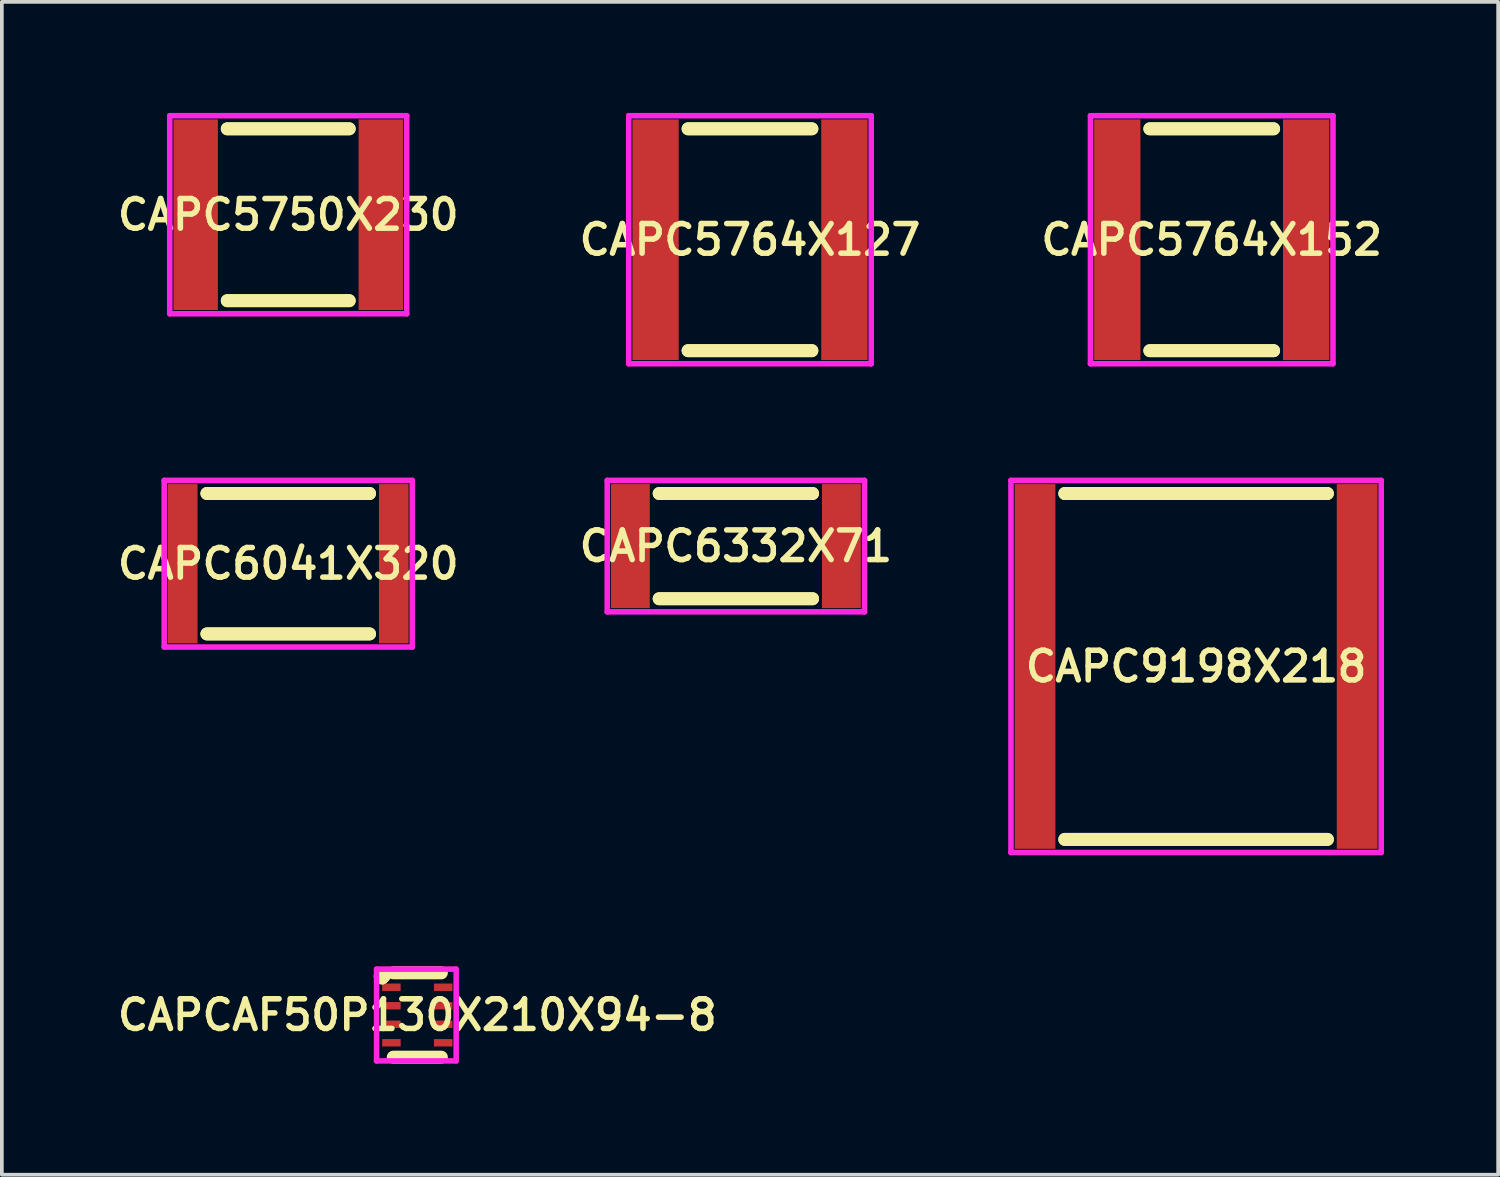
<source format=kicad_pcb>
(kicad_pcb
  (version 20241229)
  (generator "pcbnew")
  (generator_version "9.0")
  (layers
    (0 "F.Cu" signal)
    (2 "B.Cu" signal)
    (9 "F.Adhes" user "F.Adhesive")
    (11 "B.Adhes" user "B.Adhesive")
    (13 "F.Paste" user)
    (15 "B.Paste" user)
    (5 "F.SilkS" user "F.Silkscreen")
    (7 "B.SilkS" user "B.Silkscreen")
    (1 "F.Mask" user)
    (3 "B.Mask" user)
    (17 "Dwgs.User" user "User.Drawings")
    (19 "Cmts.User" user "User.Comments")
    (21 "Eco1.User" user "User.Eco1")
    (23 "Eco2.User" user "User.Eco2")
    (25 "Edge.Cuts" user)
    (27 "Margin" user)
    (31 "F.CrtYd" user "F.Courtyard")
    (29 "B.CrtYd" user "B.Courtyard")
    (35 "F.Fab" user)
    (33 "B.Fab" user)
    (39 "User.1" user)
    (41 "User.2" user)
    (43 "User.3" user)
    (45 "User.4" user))
  (footprint "CAPC5764X152"
    (layer "F.Cu")
    (at 29.677 3.425)
    (property "Reference" "CAPC5764X152" (at 0 0 0) (layer "F.SilkS") (effects (font (size 0.8 0.8) (thickness 0.15))))
    (attr smd)
    (fp_line (start -1.671 -2.996) (end 1.671 -2.996) (stroke (width 0.35) (type solid)) (layer "F.SilkS"))
    (fp_line (start -1.671 2.996) (end 1.671 2.996) (stroke (width 0.35) (type solid)) (layer "F.SilkS"))
    (fp_line (start 1.671 -2.996) (end -1.671 -2.996) (stroke (width 0.35) (type solid)) (layer "F.SilkS"))
    (fp_line (start 1.671 2.996) (end -1.671 2.996) (stroke (width 0.35) (type solid)) (layer "F.SilkS"))
    (fp_line (start -3.275 -3.35) (end 3.275 -3.35) (stroke (width 0.15) (type solid)) (layer "F.CrtYd"))
    (fp_line (start -3.275 3.35) (end -3.275 -3.35) (stroke (width 0.15) (type solid)) (layer "F.CrtYd"))
    (fp_line (start 3.275 -3.35) (end 3.275 3.35) (stroke (width 0.15) (type solid)) (layer "F.CrtYd"))
    (fp_line (start 3.275 3.35) (end -3.275 3.35) (stroke (width 0.15) (type solid)) (layer "F.CrtYd"))
    (pad "1" smd rect (at -2.55 0) (size 1.25 6.5) (layers "F.Cu" "F.Mask" "F.Paste"))
    (pad "2" smd rect (at 2.55 0) (size 1.25 6.5) (layers "F.Cu" "F.Mask" "F.Paste")))
  (footprint "CAPC9198X218"
    (layer "F.Cu")
    (at 29.255 14.95)
    (property "Reference" "CAPC9198X218" (at 0 0 0) (layer "F.SilkS") (effects (font (size 0.8 0.8) (thickness 0.15))))
    (attr smd)
    (fp_line (start -3.546 -4.671) (end 3.546 -4.671) (stroke (width 0.35) (type solid)) (layer "F.SilkS"))
    (fp_line (start -3.546 4.671) (end 3.546 4.671) (stroke (width 0.35) (type solid)) (layer "F.SilkS"))
    (fp_line (start 3.546 -4.671) (end -3.546 -4.671) (stroke (width 0.35) (type solid)) (layer "F.SilkS"))
    (fp_line (start 3.546 4.671) (end -3.546 4.671) (stroke (width 0.35) (type solid)) (layer "F.SilkS"))
    (fp_line (start -5 -5.025) (end 5 -5.025) (stroke (width 0.15) (type solid)) (layer "F.CrtYd"))
    (fp_line (start -5 5.025) (end -5 -5.025) (stroke (width 0.15) (type solid)) (layer "F.CrtYd"))
    (fp_line (start 5 -5.025) (end 5 5.025) (stroke (width 0.15) (type solid)) (layer "F.CrtYd"))
    (fp_line (start 5 5.025) (end -5 5.025) (stroke (width 0.15) (type solid)) (layer "F.CrtYd"))
    (pad "1" smd rect (at -4.35 0) (size 1.1 9.85) (layers "F.Cu" "F.Mask" "F.Paste"))
    (pad "2" smd rect (at 4.35 0) (size 1.1 9.85) (layers "F.Cu" "F.Mask" "F.Paste")))
  (footprint "CAPC5750X230"
    (layer "F.Cu")
    (at 4.735 2.75)
    (property "Reference" "CAPC5750X230" (at 0 0 0) (layer "F.SilkS") (effects (font (size 0.8 0.8) (thickness 0.15))))
    (attr smd)
    (fp_line (start -1.646 -2.321) (end 1.646 -2.321) (stroke (width 0.35) (type solid)) (layer "F.SilkS"))
    (fp_line (start -1.646 2.321) (end 1.646 2.321) (stroke (width 0.35) (type solid)) (layer "F.SilkS"))
    (fp_line (start 1.646 -2.321) (end -1.646 -2.321) (stroke (width 0.35) (type solid)) (layer "F.SilkS"))
    (fp_line (start 1.646 2.321) (end -1.646 2.321) (stroke (width 0.35) (type solid)) (layer "F.SilkS"))
    (fp_line (start -3.2 -2.675) (end 3.2 -2.675) (stroke (width 0.15) (type solid)) (layer "F.CrtYd"))
    (fp_line (start -3.2 2.675) (end -3.2 -2.675) (stroke (width 0.15) (type solid)) (layer "F.CrtYd"))
    (fp_line (start 3.2 -2.675) (end 3.2 2.675) (stroke (width 0.15) (type solid)) (layer "F.CrtYd"))
    (fp_line (start 3.2 2.675) (end -3.2 2.675) (stroke (width 0.15) (type solid)) (layer "F.CrtYd"))
    (pad "1" smd rect (at -2.5 0) (size 1.2 5.15) (layers "F.Cu" "F.Mask" "F.Paste"))
    (pad "2" smd rect (at 2.5 0) (size 1.2 5.15) (layers "F.Cu" "F.Mask" "F.Paste")))
  (footprint "CAPC6332X71"
    (layer "F.Cu")
    (at 16.825 11.7)
    (property "Reference" "CAPC6332X71" (at 0 0 0) (layer "F.SilkS") (effects (font (size 0.8 0.8) (thickness 0.15))))
    (attr smd)
    (fp_line (start -2.071 -1.421) (end 2.071 -1.421) (stroke (width 0.35) (type solid)) (layer "F.SilkS"))
    (fp_line (start -2.071 1.421) (end 2.071 1.421) (stroke (width 0.35) (type solid)) (layer "F.SilkS"))
    (fp_line (start 2.071 -1.421) (end -2.071 -1.421) (stroke (width 0.35) (type solid)) (layer "F.SilkS"))
    (fp_line (start 2.071 1.421) (end -2.071 1.421) (stroke (width 0.35) (type solid)) (layer "F.SilkS"))
    (fp_line (start -3.475 -1.775) (end 3.475 -1.775) (stroke (width 0.15) (type solid)) (layer "F.CrtYd"))
    (fp_line (start -3.475 1.775) (end -3.475 -1.775) (stroke (width 0.15) (type solid)) (layer "F.CrtYd"))
    (fp_line (start 3.475 -1.775) (end 3.475 1.775) (stroke (width 0.15) (type solid)) (layer "F.CrtYd"))
    (fp_line (start 3.475 1.775) (end -3.475 1.775) (stroke (width 0.15) (type solid)) (layer "F.CrtYd"))
    (pad "1" smd rect (at -2.85 0) (size 1.05 3.35) (layers "F.Cu" "F.Mask" "F.Paste"))
    (pad "2" smd rect (at 2.85 0) (size 1.05 3.35) (layers "F.Cu" "F.Mask" "F.Paste")))
  (footprint "CAPC5764X127"
    (layer "F.Cu")
    (at 17.206 3.425)
    (property "Reference" "CAPC5764X127" (at 0 0 0) (layer "F.SilkS") (effects (font (size 0.8 0.8) (thickness 0.15))))
    (attr smd)
    (fp_line (start -1.671 -2.996) (end 1.671 -2.996) (stroke (width 0.35) (type solid)) (layer "F.SilkS"))
    (fp_line (start -1.671 2.996) (end 1.671 2.996) (stroke (width 0.35) (type solid)) (layer "F.SilkS"))
    (fp_line (start 1.671 -2.996) (end -1.671 -2.996) (stroke (width 0.35) (type solid)) (layer "F.SilkS"))
    (fp_line (start 1.671 2.996) (end -1.671 2.996) (stroke (width 0.35) (type solid)) (layer "F.SilkS"))
    (fp_line (start -3.275 -3.35) (end 3.275 -3.35) (stroke (width 0.15) (type solid)) (layer "F.CrtYd"))
    (fp_line (start -3.275 3.35) (end -3.275 -3.35) (stroke (width 0.15) (type solid)) (layer "F.CrtYd"))
    (fp_line (start 3.275 -3.35) (end 3.275 3.35) (stroke (width 0.15) (type solid)) (layer "F.CrtYd"))
    (fp_line (start 3.275 3.35) (end -3.275 3.35) (stroke (width 0.15) (type solid)) (layer "F.CrtYd"))
    (pad "1" smd rect (at -2.55 0) (size 1.25 6.5) (layers "F.Cu" "F.Mask" "F.Paste"))
    (pad "2" smd rect (at 2.55 0) (size 1.25 6.5) (layers "F.Cu" "F.Mask" "F.Paste")))
  (footprint "CAPC6041X320"
    (layer "F.Cu")
    (at 4.735 12.175)
    (property "Reference" "CAPC6041X320" (at 0 0 0) (layer "F.SilkS") (effects (font (size 0.8 0.8) (thickness 0.15))))
    (attr smd)
    (fp_line (start -2.196 -1.896) (end 2.196 -1.896) (stroke (width 0.35) (type solid)) (layer "F.SilkS"))
    (fp_line (start -2.196 1.896) (end 2.196 1.896) (stroke (width 0.35) (type solid)) (layer "F.SilkS"))
    (fp_line (start 2.196 -1.896) (end -2.196 -1.896) (stroke (width 0.35) (type solid)) (layer "F.SilkS"))
    (fp_line (start 2.196 1.896) (end -2.196 1.896) (stroke (width 0.35) (type solid)) (layer "F.SilkS"))
    (fp_line (start -3.35 -2.25) (end 3.35 -2.25) (stroke (width 0.15) (type solid)) (layer "F.CrtYd"))
    (fp_line (start -3.35 2.25) (end -3.35 -2.25) (stroke (width 0.15) (type solid)) (layer "F.CrtYd"))
    (fp_line (start 3.35 -2.25) (end 3.35 2.25) (stroke (width 0.15) (type solid)) (layer "F.CrtYd"))
    (fp_line (start 3.35 2.25) (end -3.35 2.25) (stroke (width 0.15) (type solid)) (layer "F.CrtYd"))
    (pad "1" smd rect (at -2.85 0) (size 0.8 4.3) (layers "F.Cu" "F.Mask" "F.Paste"))
    (pad "2" smd rect (at 2.85 0) (size 0.8 4.3) (layers "F.Cu" "F.Mask" "F.Paste")))
  (footprint "CAPCAF50P130X210X94-8"
    (layer "F.Cu")
    (at 8.221 24.364)
    (property "Reference" "CAPCAF50P130X210X94-8" (at 0 0 0) (layer "F.SilkS") (effects (font (size 0.8 0.8) (thickness 0.15))))
    (attr smd)
    (fp_line (start -1 -1.05) (end -0.95 -1.1) (stroke (width 0.35) (type solid)) (layer "F.SilkS"))
    (fp_line (start -0.95 -1.1) (end -0.9 -1.05) (stroke (width 0.35) (type solid)) (layer "F.SilkS"))
    (fp_line (start -0.95 -1) (end -1 -1.05) (stroke (width 0.35) (type solid)) (layer "F.SilkS"))
    (fp_line (start -0.9 -1.05) (end -0.95 -1) (stroke (width 0.35) (type solid)) (layer "F.SilkS"))
    (fp_line (start -0.65 -1.139) (end 0.65 -1.139) (stroke (width 0.35) (type solid)) (layer "F.SilkS"))
    (fp_line (start -0.65 1.139) (end 0.65 1.139) (stroke (width 0.35) (type solid)) (layer "F.SilkS"))
    (fp_line (start -1.1 -1.239) (end 1.05 -1.239) (stroke (width 0.15) (type solid)) (layer "F.CrtYd"))
    (fp_line (start -1.1 1.239) (end -1.1 -1.239) (stroke (width 0.15) (type solid)) (layer "F.CrtYd"))
    (fp_line (start 1.05 -1.239) (end 1.05 1.239) (stroke (width 0.15) (type solid)) (layer "F.CrtYd"))
    (fp_line (start 1.05 1.239) (end -1.1 1.239) (stroke (width 0.15) (type solid)) (layer "F.CrtYd"))
    (pad "1" smd rect (at -0.7 -0.75) (size 0.5 0.2) (layers "F.Cu" "F.Mask" "F.Paste"))
    (pad "2" smd rect (at -0.7 -0.25) (size 0.5 0.2) (layers "F.Cu" "F.Mask" "F.Paste"))
    (pad "3" smd rect (at -0.7 0.25) (size 0.5 0.2) (layers "F.Cu" "F.Mask" "F.Paste"))
    (pad "4" smd rect (at -0.7 0.75) (size 0.5 0.2) (layers "F.Cu" "F.Mask" "F.Paste"))
    (pad "5" smd rect (at 0.7 0.75) (size 0.5 0.2) (layers "F.Cu" "F.Mask" "F.Paste"))
    (pad "6" smd rect (at 0.7 0.25) (size 0.5 0.2) (layers "F.Cu" "F.Mask" "F.Paste"))
    (pad "7" smd rect (at 0.7 -0.25) (size 0.5 0.2) (layers "F.Cu" "F.Mask" "F.Paste"))
    (pad "8" smd rect (at 0.7 -0.75) (size 0.5 0.2) (layers "F.Cu" "F.Mask" "F.Paste")))
  (gr_rect
    (start -3 -3)
    (end 37.413 28.678)
    (stroke (width 0.1) (type default))
    (fill no)
    (layer "Edge.Cuts")))
</source>
